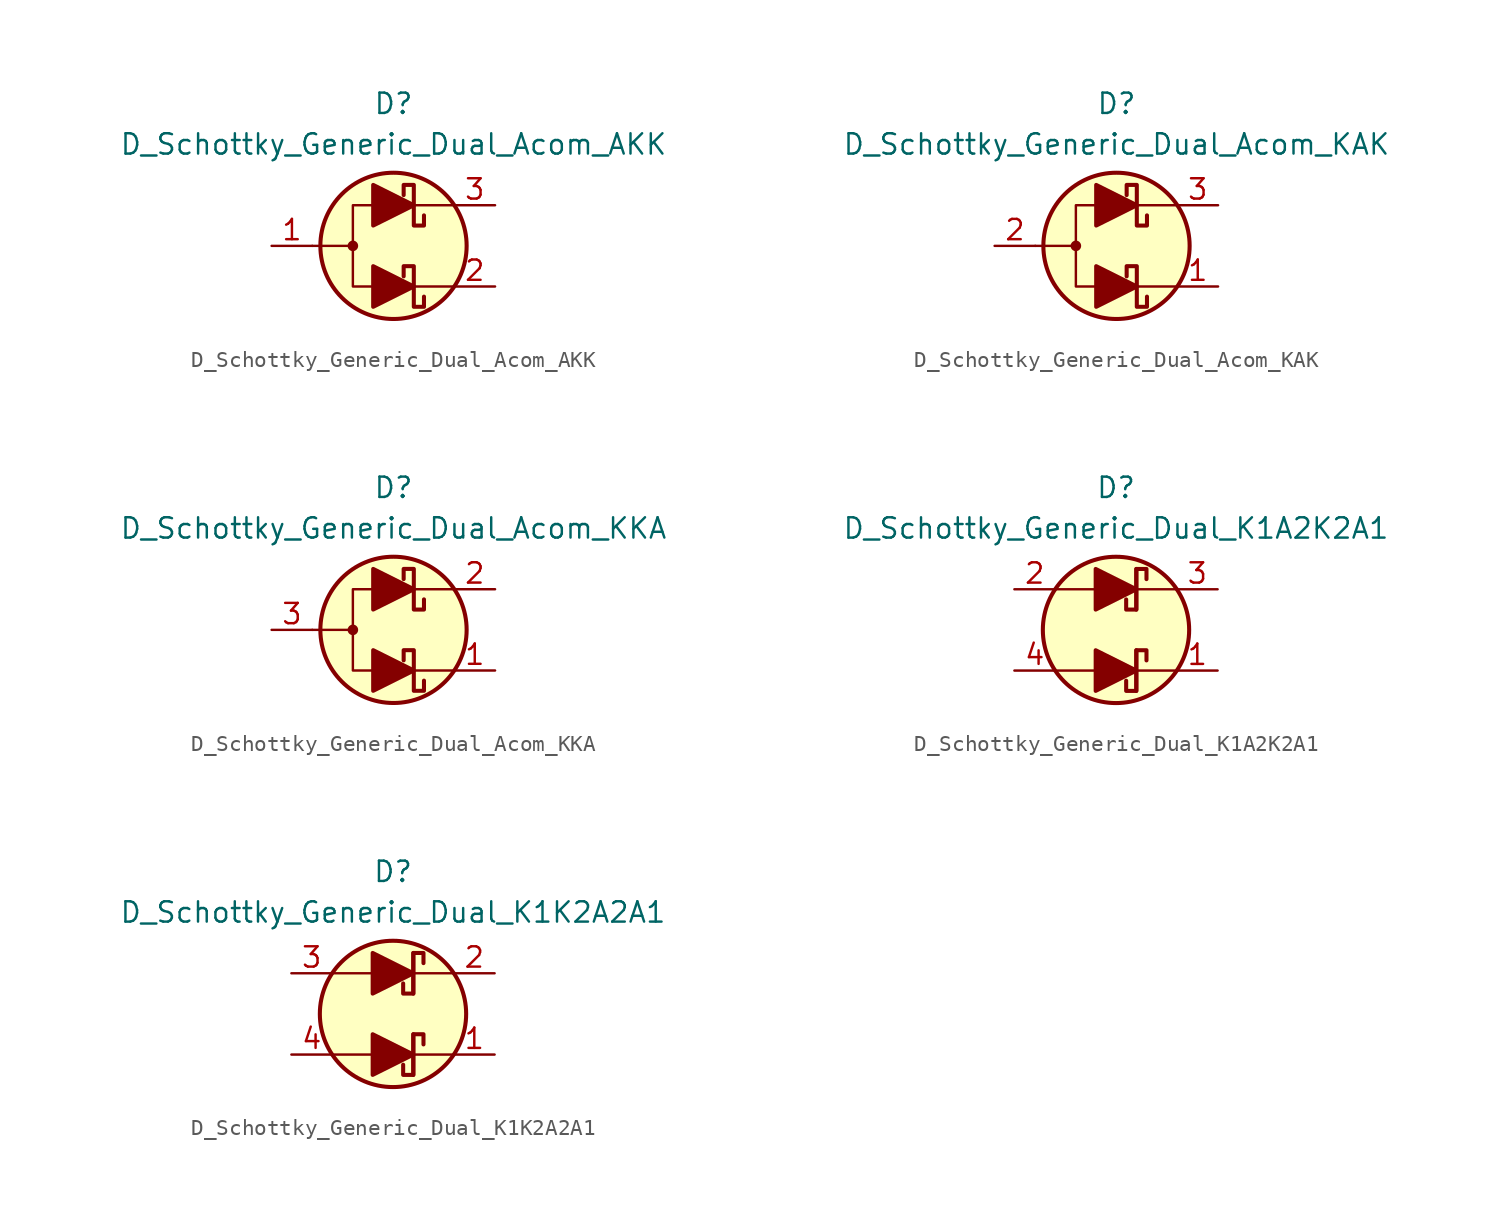
<source format=kicad_sym>
(kicad_symbol_lib
  (version 20211014)
  (generator kicad_symbol_editor)
  (symbol "D_Schottky_Generic_Dual_Acom_AKK"
    (pin_names
      (offset 1.016) hide)
    (property "Reference" "D"
      (at 0 8.89 0)
      (effects (font (size 1.27 1.27))))
    (property "Value" "D_Schottky_Generic_Dual_Acom_AKK"
      (at 0 6.35 0)
      (effects (font (size 1.27 1.27))))
    (symbol "D_Schottky_Generic_Dual_Acom_AKK_0_1"
      (circle (center -2.54 0) (radius 0.254) (stroke (width 0) (type default) (color 0 0 0 0)) (fill (type outline)))
      (polyline (pts (xy -5.08 0) (xy -2.54 0)) (stroke (width 0) (type default) (color 0 0 0 0)) (fill (type none)))
      (polyline (pts (xy 1.27 -2.54) (xy 3.81 -2.54)) (stroke (width 0) (type default) (color 0 0 0 0)) (fill (type none)))
      (polyline (pts (xy 1.27 2.54) (xy 3.81 2.54)) (stroke (width 0) (type default) (color 0 0 0 0)) (fill (type none)))
      (polyline (pts (xy -1.27 2.54) (xy -2.54 2.54) (xy -2.54 -2.54) (xy -1.27 -2.54)) (stroke (width 0) (type default) (color 0 0 0 0)) (fill (type none)))
      (circle (center 0 0) (radius 4.572) (stroke (width 0.254) (type default) (color 0 0 0 0)) (fill (type background))))
    (symbol "D_Schottky_Generic_Dual_Acom_AKK_1_1"
      (polyline (pts (xy -1.27 -2.54) (xy 1.27 -2.54)) (stroke (width 0) (type default) (color 0 0 0 0)) (fill (type none)))
      (polyline (pts (xy -1.27 2.54) (xy 1.27 2.54)) (stroke (width 0) (type default) (color 0 0 0 0)) (fill (type none)))
      (polyline (pts (xy -1.27 -3.81) (xy -1.27 -1.27) (xy 1.27 -2.54) (xy -1.27 -3.81)) (stroke (width 0.254) (type default) (color 0 0 0 0)) (fill (type outline)))
      (polyline (pts (xy -1.27 1.27) (xy -1.27 3.81) (xy 1.27 2.54) (xy -1.27 1.27)) (stroke (width 0.254) (type default) (color 0 0 0 0)) (fill (type outline)))
      (polyline (pts (xy 1.905 -3.175) (xy 1.905 -3.81) (xy 1.27 -3.81) (xy 1.27 -1.27) (xy 0.635 -1.27) (xy 0.635 -1.905)) (stroke (width 0.254) (type default) (color 0 0 0 0)) (fill (type none)))
      (polyline (pts (xy 1.905 1.905) (xy 1.905 1.27) (xy 1.27 1.27) (xy 1.27 3.81) (xy 0.635 3.81) (xy 0.635 3.175)) (stroke (width 0.254) (type default) (color 0 0 0 0)) (fill (type none)))
      (pin passive line (at -7.62 0 0) (length 2.54) (name "A" (effects (font (size 1.27 1.27)))) (number "1" (effects (font (size 1.27 1.27)))))
      (pin passive line (at 6.35 -2.54 180) (length 2.54) (name "K1" (effects (font (size 1.27 1.27)))) (number "2" (effects (font (size 1.27 1.27)))))
      (pin passive line (at 6.35 2.54 180) (length 2.54) (name "K2" (effects (font (size 1.27 1.27)))) (number "3" (effects (font (size 1.27 1.27)))))))
  (symbol "D_Schottky_Generic_Dual_Acom_KAK"
    (pin_names
      (offset 1.016) hide)
    (property "Reference" "D"
      (at 0 8.89 0)
      (effects (font (size 1.27 1.27))))
    (property "Value" "D_Schottky_Generic_Dual_Acom_KAK"
      (at 0 6.35 0)
      (effects (font (size 1.27 1.27))))
    (symbol "D_Schottky_Generic_Dual_Acom_KAK_0_1"
      (circle (center -2.54 0) (radius 0.254) (stroke (width 0) (type default) (color 0 0 0 0)) (fill (type outline)))
      (polyline (pts (xy -5.08 0) (xy -2.54 0)) (stroke (width 0) (type default) (color 0 0 0 0)) (fill (type none)))
      (polyline (pts (xy 1.27 -2.54) (xy 3.81 -2.54)) (stroke (width 0) (type default) (color 0 0 0 0)) (fill (type none)))
      (polyline (pts (xy 1.27 2.54) (xy 3.81 2.54)) (stroke (width 0) (type default) (color 0 0 0 0)) (fill (type none)))
      (polyline (pts (xy -1.27 2.54) (xy -2.54 2.54) (xy -2.54 -2.54) (xy -1.27 -2.54)) (stroke (width 0) (type default) (color 0 0 0 0)) (fill (type none)))
      (circle (center 0 0) (radius 4.572) (stroke (width 0.254) (type default) (color 0 0 0 0)) (fill (type background))))
    (symbol "D_Schottky_Generic_Dual_Acom_KAK_1_1"
      (polyline (pts (xy -1.27 -2.54) (xy 1.27 -2.54)) (stroke (width 0) (type default) (color 0 0 0 0)) (fill (type none)))
      (polyline (pts (xy -1.27 2.54) (xy 1.27 2.54)) (stroke (width 0) (type default) (color 0 0 0 0)) (fill (type none)))
      (polyline (pts (xy -1.27 -3.81) (xy -1.27 -1.27) (xy 1.27 -2.54) (xy -1.27 -3.81)) (stroke (width 0.254) (type default) (color 0 0 0 0)) (fill (type outline)))
      (polyline (pts (xy -1.27 1.27) (xy -1.27 3.81) (xy 1.27 2.54) (xy -1.27 1.27)) (stroke (width 0.254) (type default) (color 0 0 0 0)) (fill (type outline)))
      (polyline (pts (xy 1.905 -3.175) (xy 1.905 -3.81) (xy 1.27 -3.81) (xy 1.27 -1.27) (xy 0.635 -1.27) (xy 0.635 -1.905)) (stroke (width 0.254) (type default) (color 0 0 0 0)) (fill (type none)))
      (polyline (pts (xy 1.905 1.905) (xy 1.905 1.27) (xy 1.27 1.27) (xy 1.27 3.81) (xy 0.635 3.81) (xy 0.635 3.175)) (stroke (width 0.254) (type default) (color 0 0 0 0)) (fill (type none)))
      (pin passive line (at 6.35 -2.54 180) (length 2.54) (name "K1" (effects (font (size 1.27 1.27)))) (number "1" (effects (font (size 1.27 1.27)))))
      (pin passive line (at -7.62 0 0) (length 2.54) (name "A" (effects (font (size 1.27 1.27)))) (number "2" (effects (font (size 1.27 1.27)))))
      (pin passive line (at 6.35 2.54 180) (length 2.54) (name "K2" (effects (font (size 1.27 1.27)))) (number "3" (effects (font (size 1.27 1.27)))))))
  (symbol "D_Schottky_Generic_Dual_Acom_KKA"
    (pin_names
      (offset 1.016) hide)
    (property "Reference" "D"
      (at 0 8.89 0)
      (effects (font (size 1.27 1.27))))
    (property "Value" "D_Schottky_Generic_Dual_Acom_KKA"
      (at 0 6.35 0)
      (effects (font (size 1.27 1.27))))
    (symbol "D_Schottky_Generic_Dual_Acom_KKA_0_1"
      (circle (center -2.54 0) (radius 0.254) (stroke (width 0) (type default) (color 0 0 0 0)) (fill (type outline)))
      (polyline (pts (xy -5.08 0) (xy -2.54 0)) (stroke (width 0) (type default) (color 0 0 0 0)) (fill (type none)))
      (polyline (pts (xy 1.27 -2.54) (xy 3.81 -2.54)) (stroke (width 0) (type default) (color 0 0 0 0)) (fill (type none)))
      (polyline (pts (xy 1.27 2.54) (xy 3.81 2.54)) (stroke (width 0) (type default) (color 0 0 0 0)) (fill (type none)))
      (polyline (pts (xy -1.27 2.54) (xy -2.54 2.54) (xy -2.54 -2.54) (xy -1.27 -2.54)) (stroke (width 0) (type default) (color 0 0 0 0)) (fill (type none)))
      (circle (center 0 0) (radius 4.572) (stroke (width 0.254) (type default) (color 0 0 0 0)) (fill (type background))))
    (symbol "D_Schottky_Generic_Dual_Acom_KKA_1_1"
      (polyline (pts (xy -1.27 -2.54) (xy 1.27 -2.54)) (stroke (width 0) (type default) (color 0 0 0 0)) (fill (type none)))
      (polyline (pts (xy -1.27 2.54) (xy 1.27 2.54)) (stroke (width 0) (type default) (color 0 0 0 0)) (fill (type none)))
      (polyline (pts (xy -1.27 -3.81) (xy -1.27 -1.27) (xy 1.27 -2.54) (xy -1.27 -3.81)) (stroke (width 0.254) (type default) (color 0 0 0 0)) (fill (type outline)))
      (polyline (pts (xy -1.27 1.27) (xy -1.27 3.81) (xy 1.27 2.54) (xy -1.27 1.27)) (stroke (width 0.254) (type default) (color 0 0 0 0)) (fill (type outline)))
      (polyline (pts (xy 1.905 -3.175) (xy 1.905 -3.81) (xy 1.27 -3.81) (xy 1.27 -1.27) (xy 0.635 -1.27) (xy 0.635 -1.905)) (stroke (width 0.254) (type default) (color 0 0 0 0)) (fill (type none)))
      (polyline (pts (xy 1.905 1.905) (xy 1.905 1.27) (xy 1.27 1.27) (xy 1.27 3.81) (xy 0.635 3.81) (xy 0.635 3.175)) (stroke (width 0.254) (type default) (color 0 0 0 0)) (fill (type none)))
      (pin passive line (at 6.35 -2.54 180) (length 2.54) (name "K1" (effects (font (size 1.27 1.27)))) (number "1" (effects (font (size 1.27 1.27)))))
      (pin passive line (at 6.35 2.54 180) (length 2.54) (name "K2" (effects (font (size 1.27 1.27)))) (number "2" (effects (font (size 1.27 1.27)))))
      (pin passive line (at -7.62 0 0) (length 2.54) (name "A" (effects (font (size 1.27 1.27)))) (number "3" (effects (font (size 1.27 1.27)))))))
  (symbol "D_Schottky_Generic_Dual_K1A2K2A1"
    (pin_names
      (offset 1.016) hide)
    (property "Reference" "D"
      (at 0 8.89 0)
      (effects (font (size 1.27 1.27))))
    (property "Value" "D_Schottky_Generic_Dual_K1A2K2A1"
      (at 0 6.35 0)
      (effects (font (size 1.27 1.27))))
    (symbol "D_Schottky_Generic_Dual_K1A2K2A1_0_1"
      (polyline (pts (xy -3.81 -2.54) (xy -1.27 -2.54)) (stroke (width 0) (type default) (color 0 0 0 0)) (fill (type none)))
      (polyline (pts (xy -3.81 2.54) (xy -1.27 2.54)) (stroke (width 0) (type default) (color 0 0 0 0)) (fill (type none)))
      (polyline (pts (xy 1.27 -3.81) (xy 1.27 -1.27)) (stroke (width 0.254) (type default) (color 0 0 0 0)) (fill (type none)))
      (polyline (pts (xy 1.27 -2.54) (xy 3.81 -2.54)) (stroke (width 0) (type default) (color 0 0 0 0)) (fill (type none)))
      (polyline (pts (xy 1.27 1.27) (xy 1.27 3.81)) (stroke (width 0.254) (type default) (color 0 0 0 0)) (fill (type none)))
      (polyline (pts (xy 1.27 2.54) (xy 3.81 2.54)) (stroke (width 0) (type default) (color 0 0 0 0)) (fill (type none)))
      (circle (center 0 0) (radius 4.572) (stroke (width 0.254) (type default) (color 0 0 0 0)) (fill (type background))))
    (symbol "D_Schottky_Generic_Dual_K1A2K2A1_1_1"
      (polyline (pts (xy -1.27 -2.54) (xy 1.27 -2.54)) (stroke (width 0) (type default) (color 0 0 0 0)) (fill (type none)))
      (polyline (pts (xy -1.27 2.54) (xy 1.27 2.54)) (stroke (width 0) (type default) (color 0 0 0 0)) (fill (type none)))
      (polyline (pts (xy -1.27 -3.81) (xy -1.27 -1.27) (xy 1.27 -2.54) (xy -1.27 -3.81)) (stroke (width 0.254) (type default) (color 0 0 0 0)) (fill (type outline)))
      (polyline (pts (xy -1.27 1.27) (xy -1.27 3.81) (xy 1.27 2.54) (xy -1.27 1.27)) (stroke (width 0.254) (type default) (color 0 0 0 0)) (fill (type outline)))
      (polyline (pts (xy 1.905 -1.905) (xy 1.905 -1.27) (xy 1.27 -1.27) (xy 1.27 -3.81) (xy 0.635 -3.81) (xy 0.635 -3.175)) (stroke (width 0.254) (type default) (color 0 0 0 0)) (fill (type none)))
      (polyline (pts (xy 1.905 3.175) (xy 1.905 3.81) (xy 1.27 3.81) (xy 1.27 1.27) (xy 0.635 1.27) (xy 0.635 1.905)) (stroke (width 0.254) (type default) (color 0 0 0 0)) (fill (type none)))
      (pin passive line (at 6.35 -2.54 180) (length 2.54) (name "K1" (effects (font (size 1.27 1.27)))) (number "1" (effects (font (size 1.27 1.27)))))
      (pin passive line (at -6.35 2.54 0) (length 2.54) (name "A2" (effects (font (size 1.27 1.27)))) (number "2" (effects (font (size 1.27 1.27)))))
      (pin passive line (at 6.35 2.54 180) (length 2.54) (name "K2" (effects (font (size 1.27 1.27)))) (number "3" (effects (font (size 1.27 1.27)))))
      (pin passive line (at -6.35 -2.54 0) (length 2.54) (name "A1" (effects (font (size 1.27 1.27)))) (number "4" (effects (font (size 1.27 1.27)))))))
  (symbol "D_Schottky_Generic_Dual_K1K2A2A1"
    (pin_names
      (offset 1.016) hide)
    (property "Reference" "D"
      (at 0 8.89 0)
      (effects (font (size 1.27 1.27))))
    (property "Value" "D_Schottky_Generic_Dual_K1K2A2A1"
      (at 0 6.35 0)
      (effects (font (size 1.27 1.27))))
    (symbol "D_Schottky_Generic_Dual_K1K2A2A1_0_1"
      (polyline (pts (xy -3.81 -2.54) (xy -1.27 -2.54)) (stroke (width 0) (type default) (color 0 0 0 0)) (fill (type none)))
      (polyline (pts (xy -3.81 2.54) (xy -1.27 2.54)) (stroke (width 0) (type default) (color 0 0 0 0)) (fill (type none)))
      (polyline (pts (xy 1.27 -3.81) (xy 1.27 -1.27)) (stroke (width 0.254) (type default) (color 0 0 0 0)) (fill (type none)))
      (polyline (pts (xy 1.27 -2.54) (xy 3.81 -2.54)) (stroke (width 0) (type default) (color 0 0 0 0)) (fill (type none)))
      (polyline (pts (xy 1.27 1.27) (xy 1.27 3.81)) (stroke (width 0.254) (type default) (color 0 0 0 0)) (fill (type none)))
      (polyline (pts (xy 1.27 2.54) (xy 3.81 2.54)) (stroke (width 0) (type default) (color 0 0 0 0)) (fill (type none)))
      (circle (center 0 0) (radius 4.572) (stroke (width 0.254) (type default) (color 0 0 0 0)) (fill (type background))))
    (symbol "D_Schottky_Generic_Dual_K1K2A2A1_1_1"
      (polyline (pts (xy -1.27 -2.54) (xy 1.27 -2.54)) (stroke (width 0) (type default) (color 0 0 0 0)) (fill (type none)))
      (polyline (pts (xy -1.27 2.54) (xy 1.27 2.54)) (stroke (width 0) (type default) (color 0 0 0 0)) (fill (type none)))
      (polyline (pts (xy -1.27 -3.81) (xy -1.27 -1.27) (xy 1.27 -2.54) (xy -1.27 -3.81)) (stroke (width 0.254) (type default) (color 0 0 0 0)) (fill (type outline)))
      (polyline (pts (xy -1.27 1.27) (xy -1.27 3.81) (xy 1.27 2.54) (xy -1.27 1.27)) (stroke (width 0.254) (type default) (color 0 0 0 0)) (fill (type outline)))
      (polyline (pts (xy 1.905 -1.905) (xy 1.905 -1.27) (xy 1.27 -1.27) (xy 1.27 -3.81) (xy 0.635 -3.81) (xy 0.635 -3.175)) (stroke (width 0.254) (type default) (color 0 0 0 0)) (fill (type none)))
      (polyline (pts (xy 1.905 3.175) (xy 1.905 3.81) (xy 1.27 3.81) (xy 1.27 1.27) (xy 0.635 1.27) (xy 0.635 1.905)) (stroke (width 0.254) (type default) (color 0 0 0 0)) (fill (type none)))
      (pin passive line (at 6.35 -2.54 180) (length 2.54) (name "K1" (effects (font (size 1.27 1.27)))) (number "1" (effects (font (size 1.27 1.27)))))
      (pin passive line (at 6.35 2.54 180) (length 2.54) (name "K2" (effects (font (size 1.27 1.27)))) (number "2" (effects (font (size 1.27 1.27)))))
      (pin passive line (at -6.35 2.54 0) (length 2.54) (name "A2" (effects (font (size 1.27 1.27)))) (number "3" (effects (font (size 1.27 1.27)))))
      (pin passive line (at -6.35 -2.54 0) (length 2.54) (name "A1" (effects (font (size 1.27 1.27)))) (number "4" (effects (font (size 1.27 1.27))))))))
</source>
